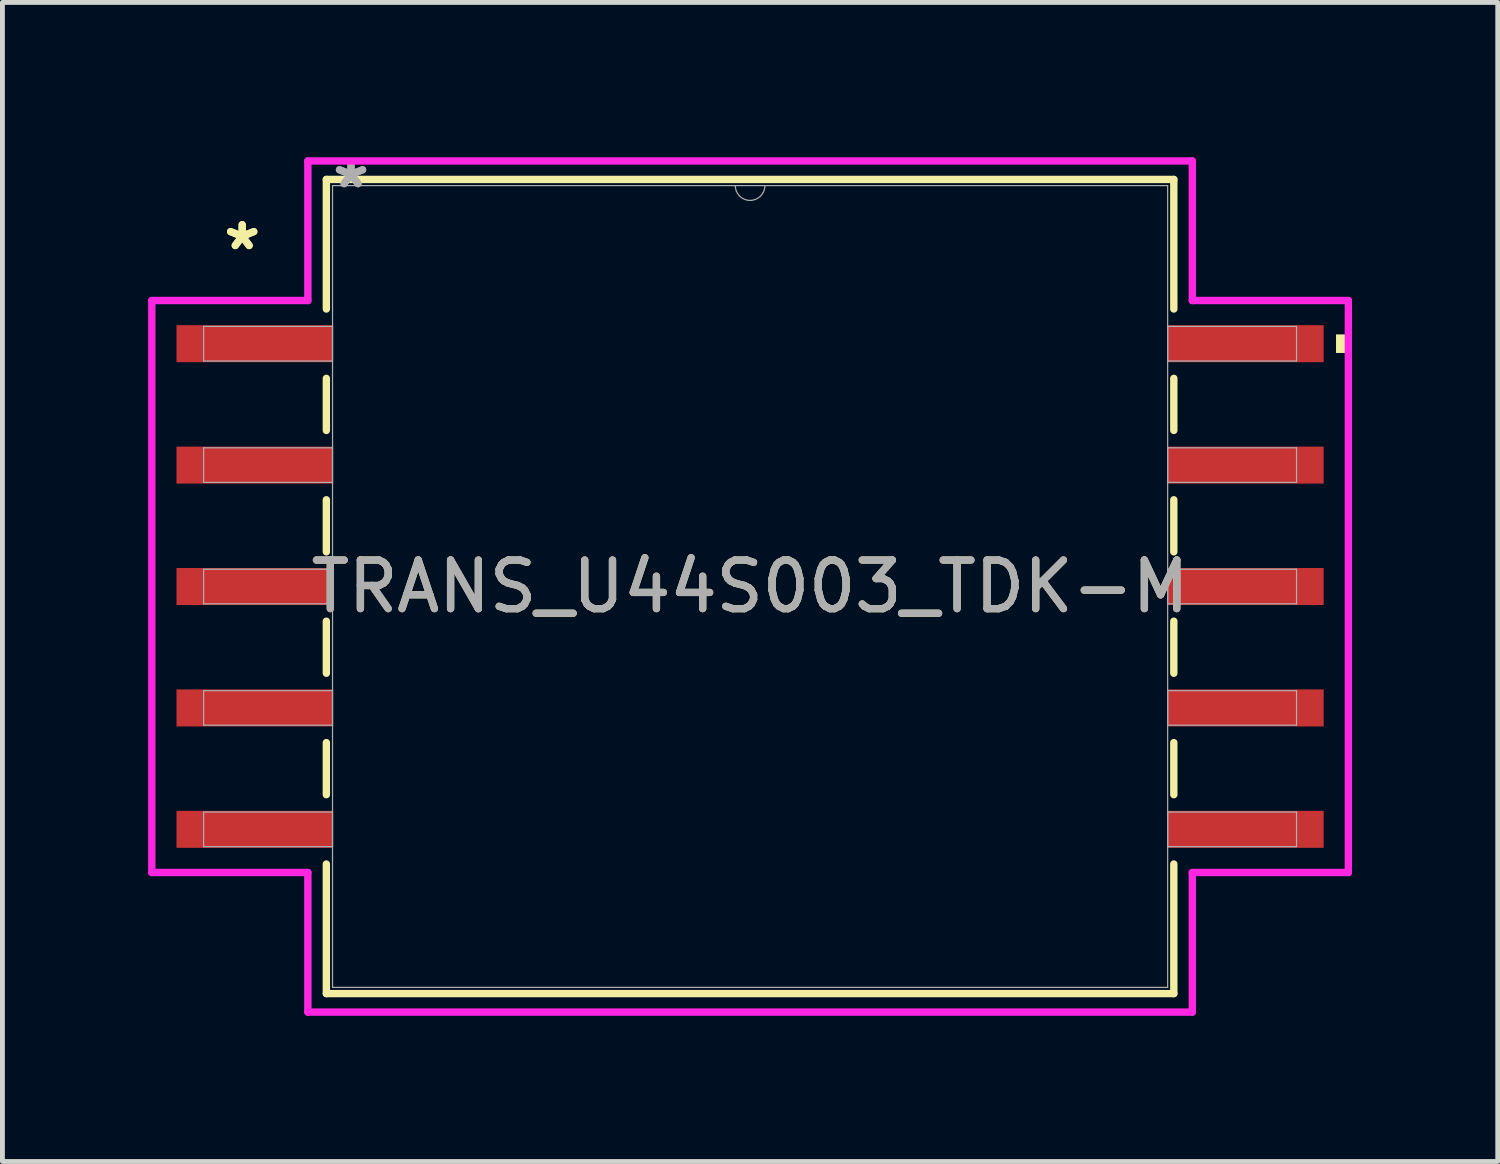
<source format=kicad_pcb>
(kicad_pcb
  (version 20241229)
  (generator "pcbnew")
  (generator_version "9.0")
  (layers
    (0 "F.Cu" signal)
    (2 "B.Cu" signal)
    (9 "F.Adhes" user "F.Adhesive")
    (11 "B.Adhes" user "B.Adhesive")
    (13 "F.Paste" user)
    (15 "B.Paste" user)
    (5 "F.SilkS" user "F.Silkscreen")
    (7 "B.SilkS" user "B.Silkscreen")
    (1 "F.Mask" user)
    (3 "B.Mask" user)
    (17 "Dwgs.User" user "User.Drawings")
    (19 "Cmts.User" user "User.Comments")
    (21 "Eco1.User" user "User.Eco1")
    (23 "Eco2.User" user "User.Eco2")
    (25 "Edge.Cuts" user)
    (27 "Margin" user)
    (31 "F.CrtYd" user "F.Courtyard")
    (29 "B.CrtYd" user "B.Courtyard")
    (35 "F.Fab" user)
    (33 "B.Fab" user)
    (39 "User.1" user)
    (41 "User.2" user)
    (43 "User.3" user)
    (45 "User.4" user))
  (footprint "TRANS_U44S003_TDK-M"
    (layer "F.Cu")
    (at 12.395 9.027)
    (property "Reference" "TRANS_U44S003_TDK-M" (at 0 0 0) (unlocked yes) (layer "F.SilkS") (effects (font (size 1 1) (thickness 0.15))))
    (attr smd)
    (fp_line (start -8.725 -8.382) (end -8.725 -5.714) (stroke (width 0.152) (type solid)) (layer "F.SilkS"))
    (fp_line (start -8.725 -4.286) (end -8.725 -3.214) (stroke (width 0.152) (type solid)) (layer "F.SilkS"))
    (fp_line (start -8.725 -1.786) (end -8.725 -0.714) (stroke (width 0.152) (type solid)) (layer "F.SilkS"))
    (fp_line (start -8.725 0.714) (end -8.725 1.786) (stroke (width 0.152) (type solid)) (layer "F.SilkS"))
    (fp_line (start -8.725 3.214) (end -8.725 4.286) (stroke (width 0.152) (type solid)) (layer "F.SilkS"))
    (fp_line (start -8.725 5.714) (end -8.725 8.382) (stroke (width 0.152) (type solid)) (layer "F.SilkS"))
    (fp_line (start -8.725 8.382) (end 8.725 8.382) (stroke (width 0.152) (type solid)) (layer "F.SilkS"))
    (fp_line (start 8.725 -8.382) (end -8.725 -8.382) (stroke (width 0.152) (type solid)) (layer "F.SilkS"))
    (fp_line (start 8.725 -5.714) (end 8.725 -8.382) (stroke (width 0.152) (type solid)) (layer "F.SilkS"))
    (fp_line (start 8.725 -3.214) (end 8.725 -4.286) (stroke (width 0.152) (type solid)) (layer "F.SilkS"))
    (fp_line (start 8.725 -0.714) (end 8.725 -1.786) (stroke (width 0.152) (type solid)) (layer "F.SilkS"))
    (fp_line (start 8.725 1.786) (end 8.725 0.714) (stroke (width 0.152) (type solid)) (layer "F.SilkS"))
    (fp_line (start 8.725 4.286) (end 8.725 3.214) (stroke (width 0.152) (type solid)) (layer "F.SilkS"))
    (fp_line (start 8.725 8.382) (end 8.725 5.714) (stroke (width 0.152) (type solid)) (layer "F.SilkS"))
    (fp_poly (pts (xy 12.319 -5.191) (xy 12.319 -4.809) (xy 12.065 -4.809) (xy 12.065 -5.191)) (stroke (width 0) (type solid)) (fill yes) (layer "F.SilkS"))
    (fp_line (start -12.319 -5.889) (end -9.106 -5.889) (stroke (width 0.152) (type solid)) (layer "F.CrtYd"))
    (fp_line (start -12.319 5.889) (end -12.319 -5.889) (stroke (width 0.152) (type solid)) (layer "F.CrtYd"))
    (fp_line (start -12.319 5.889) (end -9.106 5.889) (stroke (width 0.152) (type solid)) (layer "F.CrtYd"))
    (fp_line (start -9.106 -8.763) (end 9.106 -8.763) (stroke (width 0.152) (type solid)) (layer "F.CrtYd"))
    (fp_line (start -9.106 -5.889) (end -9.106 -8.763) (stroke (width 0.152) (type solid)) (layer "F.CrtYd"))
    (fp_line (start -9.106 8.763) (end -9.106 5.889) (stroke (width 0.152) (type solid)) (layer "F.CrtYd"))
    (fp_line (start 9.106 -8.763) (end 9.106 -5.889) (stroke (width 0.152) (type solid)) (layer "F.CrtYd"))
    (fp_line (start 9.106 5.889) (end 9.106 8.763) (stroke (width 0.152) (type solid)) (layer "F.CrtYd"))
    (fp_line (start 9.106 8.763) (end -9.106 8.763) (stroke (width 0.152) (type solid)) (layer "F.CrtYd"))
    (fp_line (start 12.319 -5.889) (end 9.106 -5.889) (stroke (width 0.152) (type solid)) (layer "F.CrtYd"))
    (fp_line (start 12.319 -5.889) (end 12.319 5.889) (stroke (width 0.152) (type solid)) (layer "F.CrtYd"))
    (fp_line (start 12.319 5.889) (end 9.106 5.889) (stroke (width 0.152) (type solid)) (layer "F.CrtYd"))
    (fp_line (start -11.252 -5.356) (end -11.252 -4.644) (stroke (width 0.025) (type solid)) (layer "F.Fab"))
    (fp_line (start -11.252 -4.644) (end -8.598 -4.644) (stroke (width 0.025) (type solid)) (layer "F.Fab"))
    (fp_line (start -11.252 -2.856) (end -11.252 -2.144) (stroke (width 0.025) (type solid)) (layer "F.Fab"))
    (fp_line (start -11.252 -2.144) (end -8.598 -2.144) (stroke (width 0.025) (type solid)) (layer "F.Fab"))
    (fp_line (start -11.252 -0.356) (end -11.252 0.356) (stroke (width 0.025) (type solid)) (layer "F.Fab"))
    (fp_line (start -11.252 0.356) (end -8.598 0.356) (stroke (width 0.025) (type solid)) (layer "F.Fab"))
    (fp_line (start -11.252 2.144) (end -11.252 2.856) (stroke (width 0.025) (type solid)) (layer "F.Fab"))
    (fp_line (start -11.252 2.856) (end -8.598 2.856) (stroke (width 0.025) (type solid)) (layer "F.Fab"))
    (fp_line (start -11.252 4.644) (end -11.252 5.356) (stroke (width 0.025) (type solid)) (layer "F.Fab"))
    (fp_line (start -11.252 5.356) (end -8.598 5.356) (stroke (width 0.025) (type solid)) (layer "F.Fab"))
    (fp_line (start -8.598 -8.255) (end -8.598 8.255) (stroke (width 0.025) (type solid)) (layer "F.Fab"))
    (fp_line (start -8.598 -5.356) (end -11.252 -5.356) (stroke (width 0.025) (type solid)) (layer "F.Fab"))
    (fp_line (start -8.598 -4.644) (end -8.598 -5.356) (stroke (width 0.025) (type solid)) (layer "F.Fab"))
    (fp_line (start -8.598 -2.856) (end -11.252 -2.856) (stroke (width 0.025) (type solid)) (layer "F.Fab"))
    (fp_line (start -8.598 -2.144) (end -8.598 -2.856) (stroke (width 0.025) (type solid)) (layer "F.Fab"))
    (fp_line (start -8.598 -0.356) (end -11.252 -0.356) (stroke (width 0.025) (type solid)) (layer "F.Fab"))
    (fp_line (start -8.598 0.356) (end -8.598 -0.356) (stroke (width 0.025) (type solid)) (layer "F.Fab"))
    (fp_line (start -8.598 2.144) (end -11.252 2.144) (stroke (width 0.025) (type solid)) (layer "F.Fab"))
    (fp_line (start -8.598 2.856) (end -8.598 2.144) (stroke (width 0.025) (type solid)) (layer "F.Fab"))
    (fp_line (start -8.598 4.644) (end -11.252 4.644) (stroke (width 0.025) (type solid)) (layer "F.Fab"))
    (fp_line (start -8.598 5.356) (end -8.598 4.644) (stroke (width 0.025) (type solid)) (layer "F.Fab"))
    (fp_line (start -8.598 8.255) (end 8.598 8.255) (stroke (width 0.025) (type solid)) (layer "F.Fab"))
    (fp_line (start 8.598 -8.255) (end -8.598 -8.255) (stroke (width 0.025) (type solid)) (layer "F.Fab"))
    (fp_line (start 8.598 -5.356) (end 8.598 -4.644) (stroke (width 0.025) (type solid)) (layer "F.Fab"))
    (fp_line (start 8.598 -4.644) (end 11.252 -4.644) (stroke (width 0.025) (type solid)) (layer "F.Fab"))
    (fp_line (start 8.598 -2.856) (end 8.598 -2.144) (stroke (width 0.025) (type solid)) (layer "F.Fab"))
    (fp_line (start 8.598 -2.144) (end 11.252 -2.144) (stroke (width 0.025) (type solid)) (layer "F.Fab"))
    (fp_line (start 8.598 -0.356) (end 8.598 0.356) (stroke (width 0.025) (type solid)) (layer "F.Fab"))
    (fp_line (start 8.598 0.356) (end 11.252 0.356) (stroke (width 0.025) (type solid)) (layer "F.Fab"))
    (fp_line (start 8.598 2.144) (end 8.598 2.856) (stroke (width 0.025) (type solid)) (layer "F.Fab"))
    (fp_line (start 8.598 2.856) (end 11.252 2.856) (stroke (width 0.025) (type solid)) (layer "F.Fab"))
    (fp_line (start 8.598 4.644) (end 8.598 5.356) (stroke (width 0.025) (type solid)) (layer "F.Fab"))
    (fp_line (start 8.598 5.356) (end 11.252 5.356) (stroke (width 0.025) (type solid)) (layer "F.Fab"))
    (fp_line (start 8.598 8.255) (end 8.598 -8.255) (stroke (width 0.025) (type solid)) (layer "F.Fab"))
    (fp_line (start 11.252 -5.356) (end 8.598 -5.356) (stroke (width 0.025) (type solid)) (layer "F.Fab"))
    (fp_line (start 11.252 -4.644) (end 11.252 -5.356) (stroke (width 0.025) (type solid)) (layer "F.Fab"))
    (fp_line (start 11.252 -2.856) (end 8.598 -2.856) (stroke (width 0.025) (type solid)) (layer "F.Fab"))
    (fp_line (start 11.252 -2.144) (end 11.252 -2.856) (stroke (width 0.025) (type solid)) (layer "F.Fab"))
    (fp_line (start 11.252 -0.356) (end 8.598 -0.356) (stroke (width 0.025) (type solid)) (layer "F.Fab"))
    (fp_line (start 11.252 0.356) (end 11.252 -0.356) (stroke (width 0.025) (type solid)) (layer "F.Fab"))
    (fp_line (start 11.252 2.144) (end 8.598 2.144) (stroke (width 0.025) (type solid)) (layer "F.Fab"))
    (fp_line (start 11.252 2.856) (end 11.252 2.144) (stroke (width 0.025) (type solid)) (layer "F.Fab"))
    (fp_line (start 11.252 4.644) (end 8.598 4.644) (stroke (width 0.025) (type solid)) (layer "F.Fab"))
    (fp_line (start 11.252 5.356) (end 11.252 4.644) (stroke (width 0.025) (type solid)) (layer "F.Fab"))
    (fp_arc (start 0.3048 -8.255) (mid 0 -7.9502) (end -0.3048 -8.255) (stroke (width 0.0254) (type solid)) (layer "F.Fab"))
    (fp_text user "*" (at -10.458 -6.905 0) (layer "F.SilkS") (effects (font (size 1 1) (thickness 0.15))))
    (fp_text user "*" (at -10.458 -6.905 0) (unlocked yes) (layer "F.SilkS") (effects (font (size 1 1) (thickness 0.15))))
    (fp_text user "*" (at -8.217 -8.179 0) (unlocked yes) (layer "F.Fab") (effects (font (size 1 1) (thickness 0.15))))
    (fp_text user "${REFERENCE}" (at 0 0 0) (unlocked yes) (layer "F.Fab") (effects (font (size 1 1) (thickness 0.15))))
    (fp_text user "*" (at -8.217 -8.179 0) (layer "F.Fab") (effects (font (size 1 1) (thickness 0.15))))
    (pad "1" smd rect (at -10.204 -5) (size 3.213 0.762) (layers "F.Cu" "F.Mask" "F.Paste"))
    (pad "2" smd rect (at -10.204 -2.5) (size 3.213 0.762) (layers "F.Cu" "F.Mask" "F.Paste"))
    (pad "3" smd rect (at -10.204 0) (size 3.213 0.762) (layers "F.Cu" "F.Mask" "F.Paste"))
    (pad "4" smd rect (at -10.204 2.5) (size 3.213 0.762) (layers "F.Cu" "F.Mask" "F.Paste"))
    (pad "5" smd rect (at -10.204 5) (size 3.213 0.762) (layers "F.Cu" "F.Mask" "F.Paste"))
    (pad "6" smd rect (at 10.204 5) (size 3.213 0.762) (layers "F.Cu" "F.Mask" "F.Paste"))
    (pad "7" smd rect (at 10.204 2.5) (size 3.213 0.762) (layers "F.Cu" "F.Mask" "F.Paste"))
    (pad "8" smd rect (at 10.204 0) (size 3.213 0.762) (layers "F.Cu" "F.Mask" "F.Paste"))
    (pad "9" smd rect (at 10.204 -2.5) (size 3.213 0.762) (layers "F.Cu" "F.Mask" "F.Paste"))
    (pad "10" smd rect (at 10.204 -5) (size 3.213 0.762) (layers "F.Cu" "F.Mask" "F.Paste")))
  (gr_rect
    (start -3 -3)
    (end 27.79 20.866)
    (stroke (width 0.1) (type default))
    (fill no)
    (layer "Edge.Cuts")))
</source>
